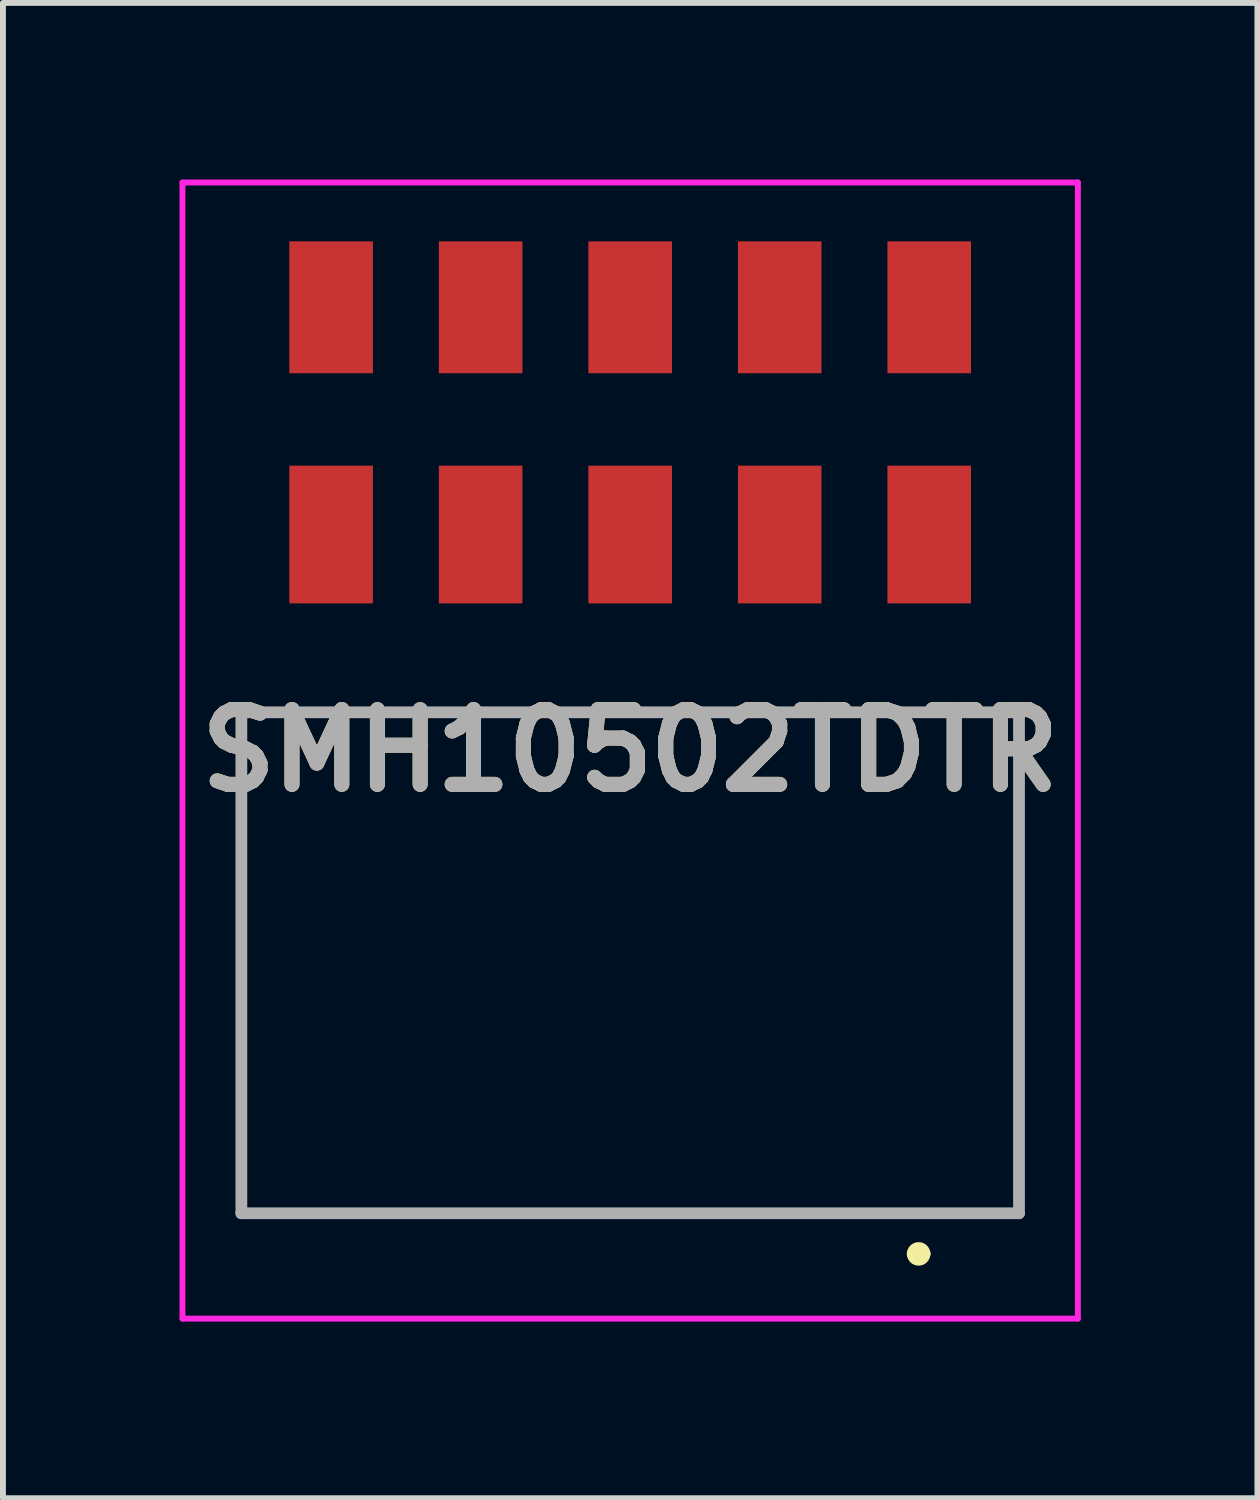
<source format=kicad_pcb>
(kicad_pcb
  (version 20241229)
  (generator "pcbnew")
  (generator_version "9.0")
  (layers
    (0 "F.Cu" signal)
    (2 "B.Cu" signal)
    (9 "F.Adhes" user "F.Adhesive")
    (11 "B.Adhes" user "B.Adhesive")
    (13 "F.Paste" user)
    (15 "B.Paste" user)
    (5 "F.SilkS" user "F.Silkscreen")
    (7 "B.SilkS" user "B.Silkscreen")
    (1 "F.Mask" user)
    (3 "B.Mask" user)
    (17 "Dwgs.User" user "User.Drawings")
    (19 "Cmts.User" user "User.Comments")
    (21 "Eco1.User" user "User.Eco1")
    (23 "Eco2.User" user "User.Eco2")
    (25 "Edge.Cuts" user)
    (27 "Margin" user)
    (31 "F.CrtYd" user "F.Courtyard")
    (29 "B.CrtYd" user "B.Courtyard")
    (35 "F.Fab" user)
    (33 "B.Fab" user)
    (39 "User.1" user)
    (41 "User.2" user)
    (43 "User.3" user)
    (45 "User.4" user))
  (footprint "SMH10502TDTR"
    (layer "F.Cu")
    (at 7.655 6.03)
    (property "Reference" "SMH10502TDTR" (at 0 3.67 0) (layer "F.SilkS") (effects (font (size 1.27 1.27) (thickness 0.254))))
    (attr smd)
    (fp_line (start -6.605 3.02) (end 6.605 3.02) (stroke (width 0.1) (type solid)) (layer "F.SilkS"))
    (fp_line (start -6.605 11.53) (end -6.605 3.02) (stroke (width 0.1) (type solid)) (layer "F.SilkS"))
    (fp_line (start 4.8 12.22) (end 4.8 12.22) (stroke (width 0.2) (type solid)) (layer "F.SilkS"))
    (fp_line (start 5 12.22) (end 5 12.22) (stroke (width 0.2) (type solid)) (layer "F.SilkS"))
    (fp_line (start 6.605 3.02) (end 6.605 11.53) (stroke (width 0.1) (type solid)) (layer "F.SilkS"))
    (fp_line (start 6.605 11.53) (end -6.605 11.53) (stroke (width 0.1) (type solid)) (layer "F.SilkS"))
    (fp_arc (start 4.8 12.22) (mid 4.9 12.12) (end 5 12.22) (stroke (width 0.2) (type solid)) (layer "F.SilkS"))
    (fp_arc (start 5 12.22) (mid 4.9 12.32) (end 4.8 12.22) (stroke (width 0.2) (type solid)) (layer "F.SilkS"))
    (fp_line (start -7.605 -5.98) (end 7.605 -5.98) (stroke (width 0.1) (type solid)) (layer "F.CrtYd"))
    (fp_line (start -7.605 13.32) (end -7.605 -5.98) (stroke (width 0.1) (type solid)) (layer "F.CrtYd"))
    (fp_line (start 7.605 -5.98) (end 7.605 13.32) (stroke (width 0.1) (type solid)) (layer "F.CrtYd"))
    (fp_line (start 7.605 13.32) (end -7.605 13.32) (stroke (width 0.1) (type solid)) (layer "F.CrtYd"))
    (fp_line (start -6.605 3.02) (end 6.605 3.02) (stroke (width 0.2) (type solid)) (layer "F.Fab"))
    (fp_line (start -6.605 11.53) (end -6.605 3.02) (stroke (width 0.2) (type solid)) (layer "F.Fab"))
    (fp_line (start 6.605 3.02) (end 6.605 11.53) (stroke (width 0.2) (type solid)) (layer "F.Fab"))
    (fp_line (start 6.605 11.53) (end -6.605 11.53) (stroke (width 0.2) (type solid)) (layer "F.Fab"))
    (fp_text user "${REFERENCE}" (at 0 3.67 0) (layer "F.Fab") (effects (font (size 1.27 1.27) (thickness 0.254))))
    (pad "1" smd rect (at 5.08 0) (size 1.42 2.34) (layers "F.Cu" "F.Mask" "F.Paste"))
    (pad "2" smd rect (at 5.08 -3.86) (size 1.42 2.24) (layers "F.Cu" "F.Mask" "F.Paste"))
    (pad "3" smd rect (at 2.54 0) (size 1.42 2.34) (layers "F.Cu" "F.Mask" "F.Paste"))
    (pad "4" smd rect (at 2.54 -3.86) (size 1.42 2.24) (layers "F.Cu" "F.Mask" "F.Paste"))
    (pad "5" smd rect (at 0 0) (size 1.42 2.34) (layers "F.Cu" "F.Mask" "F.Paste"))
    (pad "6" smd rect (at 0 -3.86) (size 1.42 2.24) (layers "F.Cu" "F.Mask" "F.Paste"))
    (pad "7" smd rect (at -2.54 0) (size 1.42 2.34) (layers "F.Cu" "F.Mask" "F.Paste"))
    (pad "8" smd rect (at -2.54 -3.86) (size 1.42 2.24) (layers "F.Cu" "F.Mask" "F.Paste"))
    (pad "9" smd rect (at -5.08 0) (size 1.42 2.34) (layers "F.Cu" "F.Mask" "F.Paste"))
    (pad "10" smd rect (at -5.08 -3.86) (size 1.42 2.24) (layers "F.Cu" "F.Mask" "F.Paste")))
  (gr_rect
    (start -3 -3)
    (end 18.31 22.4)
    (stroke (width 0.1) (type default))
    (fill no)
    (layer "Edge.Cuts")))
</source>
